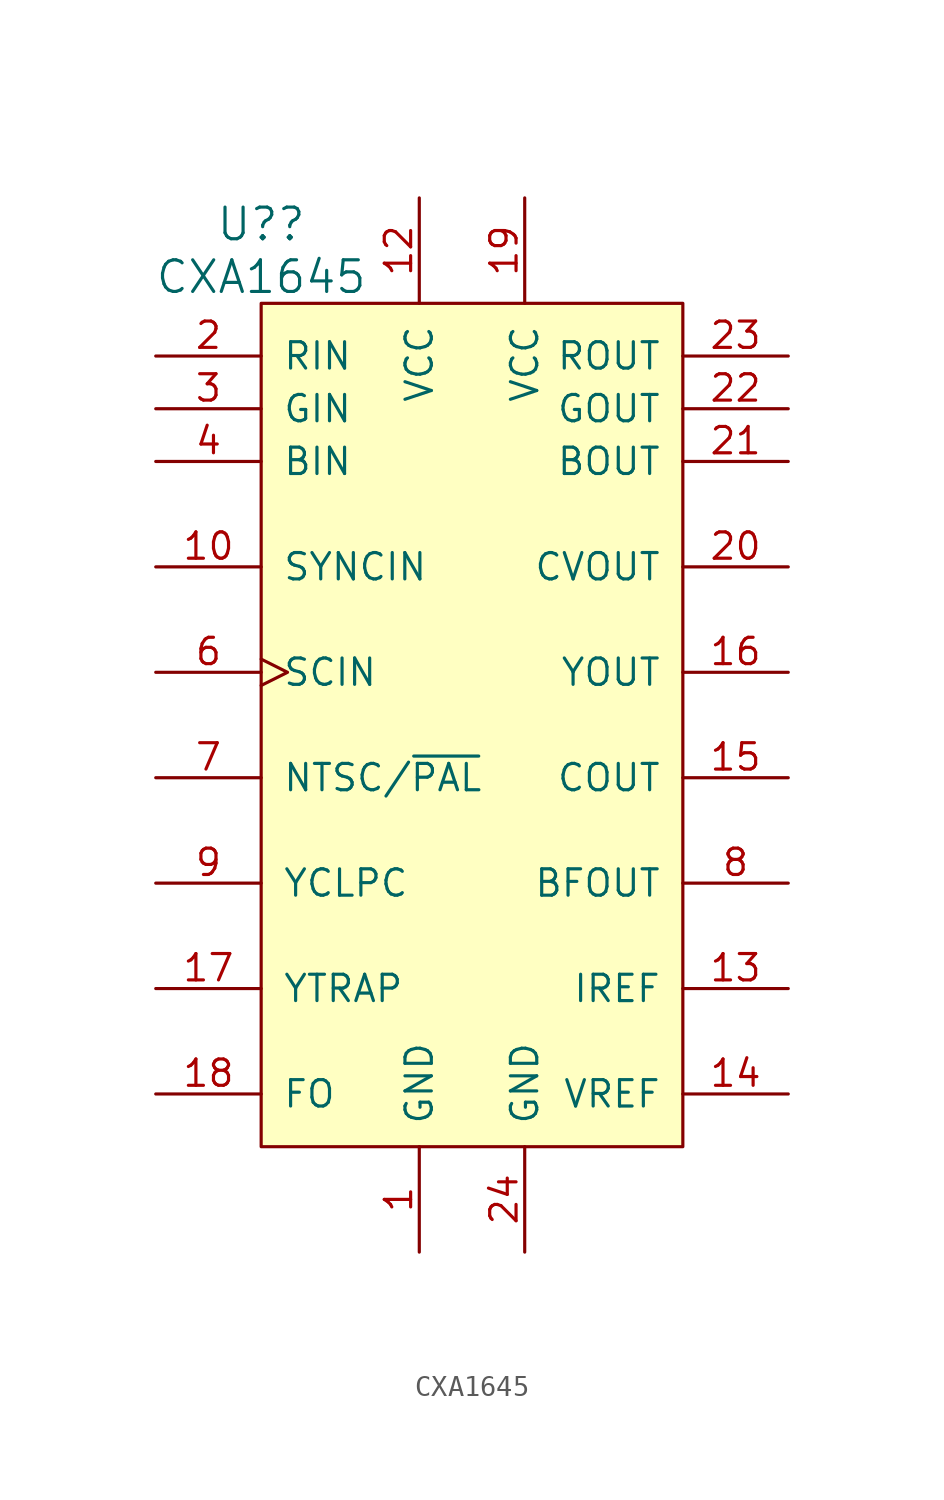
<source format=kicad_sym>
(kicad_symbol_lib
  (version 20211014)
  (generator kicad_symbol_editor)
  (symbol "CXA1645"
    (pin_names
      (offset 1.016))
    (property "Reference" "U?"
      (at -10.16 24.13 0)
      (effects (font (size 1.524 1.524))))
    (property "Value" "CXA1645"
      (at -10.16 21.59 0)
      (effects (font (size 1.524 1.524))))
    (property "Datasheet" ""
      (at 0 5.08 0)
      (effects (font (size 1.524 1.524))))
    (symbol "CXA1645_0_1"
      (rectangle (start -10.16 20.32) (end 10.16 -20.32) (stroke (width 0) (type default) (color 0 0 0 0)) (fill (type background))))
    (symbol "CXA1645_1_1"
      (pin power_in line (at -2.54 -25.4 90) (length 5.08) (name "GND" (effects (font (size 1.27 1.27)))) (number "1" (effects (font (size 1.27 1.27)))))
      (pin input line (at -15.24 7.62 0) (length 5.08) (name "SYNCIN" (effects (font (size 1.27 1.27)))) (number "10" (effects (font (size 1.27 1.27)))))
      (pin no_connect line (at 1.27 -5.08 0) (length 2.54) hide (name "NC" (effects (font (size 1.27 1.27)))) (number "11" (effects (font (size 1.27 1.27)))))
      (pin power_in line (at -2.54 25.4 270) (length 5.08) (name "VCC" (effects (font (size 1.27 1.27)))) (number "12" (effects (font (size 1.27 1.27)))))
      (pin input line (at 15.24 -12.7 180) (length 5.08) (name "IREF" (effects (font (size 1.27 1.27)))) (number "13" (effects (font (size 1.27 1.27)))))
      (pin input line (at 15.24 -17.78 180) (length 5.08) (name "VREF" (effects (font (size 1.27 1.27)))) (number "14" (effects (font (size 1.27 1.27)))))
      (pin output line (at 15.24 -2.54 180) (length 5.08) (name "COUT" (effects (font (size 1.27 1.27)))) (number "15" (effects (font (size 1.27 1.27)))))
      (pin output line (at 15.24 2.54 180) (length 5.08) (name "YOUT" (effects (font (size 1.27 1.27)))) (number "16" (effects (font (size 1.27 1.27)))))
      (pin input line (at -15.24 -12.7 0) (length 5.08) (name "YTRAP" (effects (font (size 1.27 1.27)))) (number "17" (effects (font (size 1.27 1.27)))))
      (pin input line (at -15.24 -17.78 0) (length 5.08) (name "FO" (effects (font (size 1.27 1.27)))) (number "18" (effects (font (size 1.27 1.27)))))
      (pin power_in line (at 2.54 25.4 270) (length 5.08) (name "VCC" (effects (font (size 1.27 1.27)))) (number "19" (effects (font (size 1.27 1.27)))))
      (pin input line (at -15.24 17.78 0) (length 5.08) (name "RIN" (effects (font (size 1.27 1.27)))) (number "2" (effects (font (size 1.27 1.27)))))
      (pin output line (at 15.24 7.62 180) (length 5.08) (name "CVOUT" (effects (font (size 1.27 1.27)))) (number "20" (effects (font (size 1.27 1.27)))))
      (pin output line (at 15.24 12.7 180) (length 5.08) (name "BOUT" (effects (font (size 1.27 1.27)))) (number "21" (effects (font (size 1.27 1.27)))))
      (pin output line (at 15.24 15.24 180) (length 5.08) (name "GOUT" (effects (font (size 1.27 1.27)))) (number "22" (effects (font (size 1.27 1.27)))))
      (pin output line (at 15.24 17.78 180) (length 5.08) (name "ROUT" (effects (font (size 1.27 1.27)))) (number "23" (effects (font (size 1.27 1.27)))))
      (pin power_in line (at 2.54 -25.4 90) (length 5.08) (name "GND" (effects (font (size 1.27 1.27)))) (number "24" (effects (font (size 1.27 1.27)))))
      (pin input line (at -15.24 15.24 0) (length 5.08) (name "GIN" (effects (font (size 1.27 1.27)))) (number "3" (effects (font (size 1.27 1.27)))))
      (pin input line (at -15.24 12.7 0) (length 5.08) (name "BIN" (effects (font (size 1.27 1.27)))) (number "4" (effects (font (size 1.27 1.27)))))
      (pin no_connect line (at 1.27 0 0) (length 2.54) hide (name "NC" (effects (font (size 1.27 1.27)))) (number "5" (effects (font (size 1.27 1.27)))))
      (pin input clock (at -15.24 2.54 0) (length 5.08) (name "SCIN" (effects (font (size 1.27 1.27)))) (number "6" (effects (font (size 1.27 1.27)))))
      (pin input line (at -15.24 -2.54 0) (length 5.08) (name "NTSC/~{PAL}" (effects (font (size 1.27 1.27)))) (number "7" (effects (font (size 1.27 1.27)))))
      (pin output line (at 15.24 -7.62 180) (length 5.08) (name "BFOUT" (effects (font (size 1.27 1.27)))) (number "8" (effects (font (size 1.27 1.27)))))
      (pin input line (at -15.24 -7.62 0) (length 5.08) (name "YCLPC" (effects (font (size 1.27 1.27)))) (number "9" (effects (font (size 1.27 1.27))))))))
</source>
